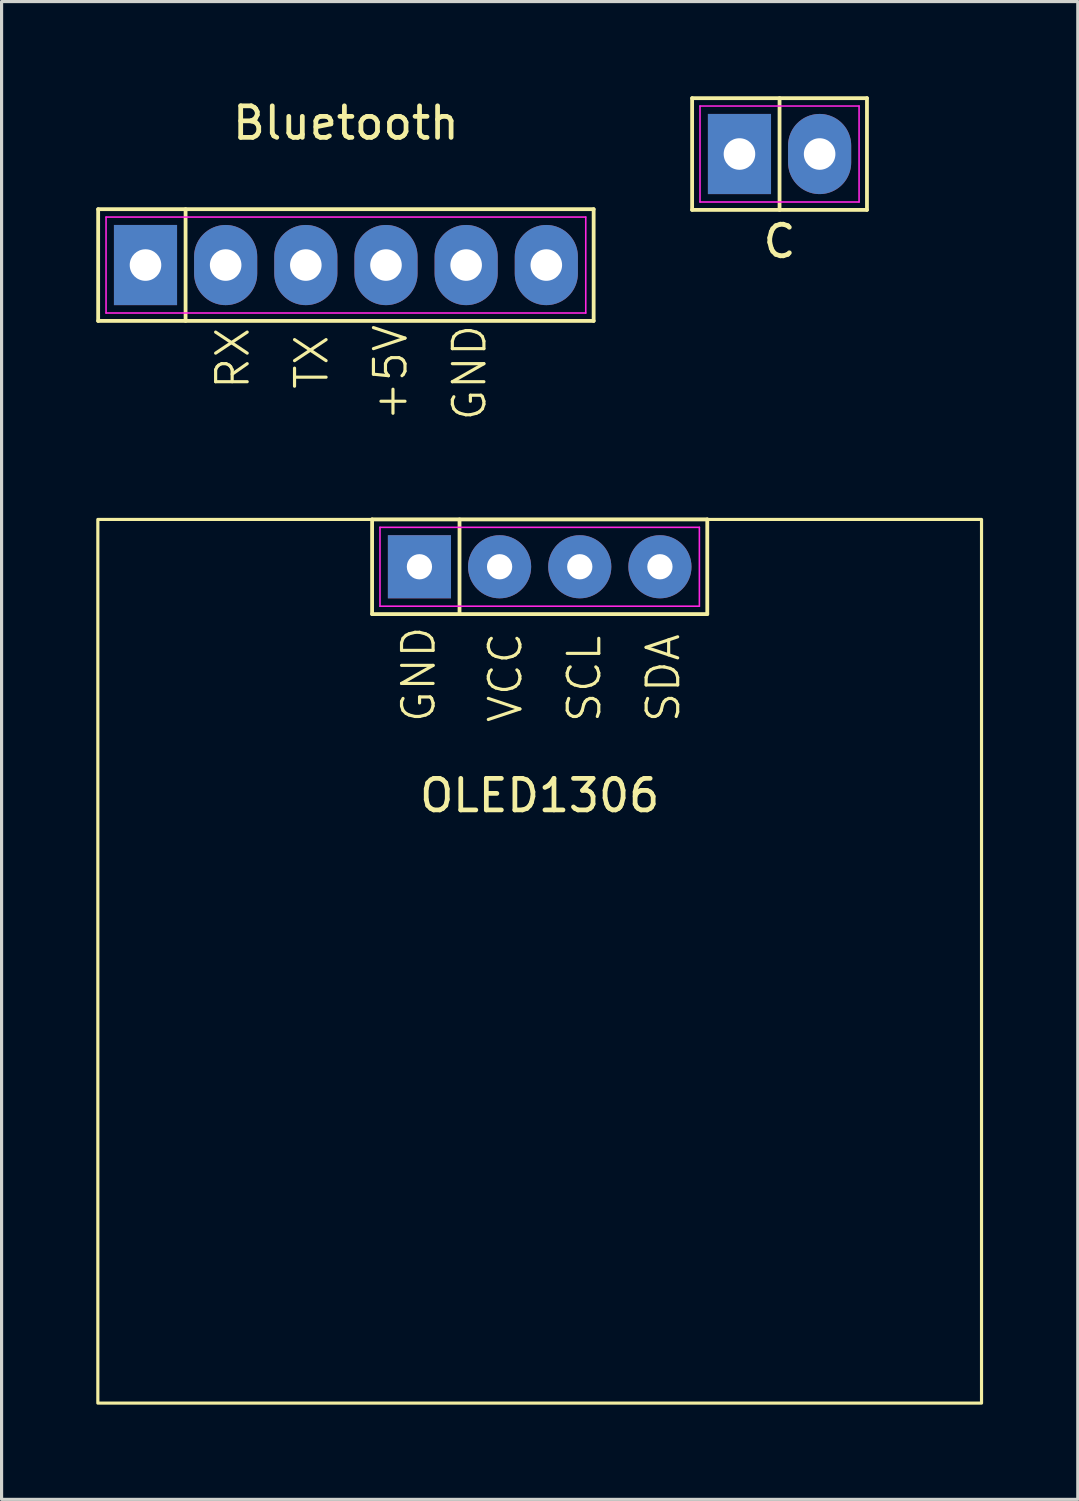
<source format=kicad_pcb>
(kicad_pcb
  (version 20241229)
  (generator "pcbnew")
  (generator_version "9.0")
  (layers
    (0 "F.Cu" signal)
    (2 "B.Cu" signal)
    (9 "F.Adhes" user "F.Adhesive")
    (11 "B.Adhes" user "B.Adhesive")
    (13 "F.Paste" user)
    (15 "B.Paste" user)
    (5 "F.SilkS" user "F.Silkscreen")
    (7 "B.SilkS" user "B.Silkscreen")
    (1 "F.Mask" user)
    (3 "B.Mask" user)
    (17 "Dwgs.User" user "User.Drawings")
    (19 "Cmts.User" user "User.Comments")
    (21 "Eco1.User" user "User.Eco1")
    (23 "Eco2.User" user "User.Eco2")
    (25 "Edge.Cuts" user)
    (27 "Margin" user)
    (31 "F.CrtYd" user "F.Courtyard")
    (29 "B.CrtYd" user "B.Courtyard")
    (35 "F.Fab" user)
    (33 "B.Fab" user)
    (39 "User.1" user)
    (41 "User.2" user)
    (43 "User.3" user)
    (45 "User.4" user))
  (footprint "OLED1306"
    (layer "F.Cu")
    (at 14.05 14.908)
    (property "Reference" "OLED1306" (at 0 7.25 0) (layer "F.SilkS") (effects (font (size 1 1) (thickness 0.15))))
    (attr through_hole)
    (fp_line (start -5.31 -1.5) (end 5.31 -1.5) (stroke (width 0.12) (type default)) (layer "F.SilkS"))
    (fp_line (start -5.31 1.5) (end -5.31 -1.5) (stroke (width 0.12) (type default)) (layer "F.SilkS"))
    (fp_line (start -2.54 -1.5) (end -2.54 1.5) (stroke (width 0.12) (type default)) (layer "F.SilkS"))
    (fp_line (start 5.31 -1.5) (end 5.31 1.5) (stroke (width 0.12) (type default)) (layer "F.SilkS"))
    (fp_line (start 5.31 1.5) (end -5.31 1.5) (stroke (width 0.12) (type default)) (layer "F.SilkS"))
    (fp_rect (start -14 -1.5) (end 14 26.5) (stroke (width 0.1) (type default)) (fill no) (layer "F.SilkS"))
    (fp_line (start -5.06 -1.25) (end 5.06 -1.25) (stroke (width 0.05) (type default)) (layer "F.CrtYd"))
    (fp_line (start -5.06 1.25) (end -5.06 -1.25) (stroke (width 0.05) (type default)) (layer "F.CrtYd"))
    (fp_line (start 5.06 -1.25) (end 5.06 1.25) (stroke (width 0.05) (type default)) (layer "F.CrtYd"))
    (fp_line (start 5.06 1.25) (end -5.06 1.25) (stroke (width 0.05) (type default)) (layer "F.CrtYd"))
    (fp_text user "GND" (at -3.25 5 90) (unlocked yes) (layer "F.SilkS") (effects (font (size 1 1) (thickness 0.1)) (justify left bottom)))
    (fp_text user "SDA" (at 4.5 5 90) (unlocked yes) (layer "F.SilkS") (effects (font (size 1 1) (thickness 0.1)) (justify left bottom)))
    (fp_text user "SCL" (at 2 5 90) (unlocked yes) (layer "F.SilkS") (effects (font (size 1 1) (thickness 0.1)) (justify left bottom)))
    (fp_text user "VCC" (at -0.5 5 90) (unlocked yes) (layer "F.SilkS") (effects (font (size 1 1) (thickness 0.1)) (justify left bottom)))
    (pad "1" thru_hole rect (at -3.81 0) (size 2 2) (drill 0.8) (layers "*.Cu" "*.Mask"))
    (pad "2" thru_hole circle (at -1.27 0) (size 2 2) (drill 0.8) (layers "*.Cu" "*.Mask"))
    (pad "3" thru_hole circle (at 1.27 0) (size 2 2) (drill 0.8) (layers "*.Cu" "*.Mask"))
    (pad "4" thru_hole circle (at 3.81 0) (size 2 2) (drill 0.8) (layers "*.Cu" "*.Mask")))
  (footprint "C"
    (layer "F.Cu")
    (at 21.65 1.83)
    (property "Reference" "C" (at 0 2.77 0) (layer "F.SilkS") (effects (font (size 1 1) (thickness 0.15))))
    (attr through_hole)
    (fp_line (start -2.77 -1.77) (end 2.77 -1.77) (stroke (width 0.12) (type default)) (layer "F.SilkS"))
    (fp_line (start -2.77 1.77) (end -2.77 -1.77) (stroke (width 0.12) (type default)) (layer "F.SilkS"))
    (fp_line (start 0 -1.77) (end 0 1.77) (stroke (width 0.12) (type default)) (layer "F.SilkS"))
    (fp_line (start 2.77 -1.77) (end 2.77 1.77) (stroke (width 0.12) (type default)) (layer "F.SilkS"))
    (fp_line (start 2.77 1.77) (end -2.77 1.77) (stroke (width 0.12) (type default)) (layer "F.SilkS"))
    (fp_line (start -2.52 -1.52) (end 2.52 -1.52) (stroke (width 0.05) (type default)) (layer "F.CrtYd"))
    (fp_line (start -2.52 1.52) (end -2.52 -1.52) (stroke (width 0.05) (type default)) (layer "F.CrtYd"))
    (fp_line (start 2.52 -1.52) (end 2.52 1.52) (stroke (width 0.05) (type default)) (layer "F.CrtYd"))
    (fp_line (start 2.52 1.52) (end -2.52 1.52) (stroke (width 0.05) (type default)) (layer "F.CrtYd"))
    (pad "1" thru_hole rect (at -1.27 0) (size 2 2.54) (drill 1) (layers "*.Cu" "*.Mask"))
    (pad "2" thru_hole oval (at 1.27 0) (size 2 2.54) (drill 1) (layers "*.Cu" "*.Mask")))
  (footprint "Bluetooth"
    (layer "F.Cu")
    (at 7.91 5.348)
    (property "Reference" "Bluetooth" (at 0 -4.5 0) (layer "F.SilkS") (effects (font (size 1 1) (thickness 0.15))))
    (attr through_hole)
    (fp_line (start -7.85 -1.77) (end 7.85 -1.77) (stroke (width 0.12) (type default)) (layer "F.SilkS"))
    (fp_line (start -7.85 1.77) (end -7.85 -1.77) (stroke (width 0.12) (type default)) (layer "F.SilkS"))
    (fp_line (start -5.08 -1.77) (end -5.08 1.77) (stroke (width 0.12) (type default)) (layer "F.SilkS"))
    (fp_line (start 7.85 -1.77) (end 7.85 1.77) (stroke (width 0.12) (type default)) (layer "F.SilkS"))
    (fp_line (start 7.85 1.77) (end -7.85 1.77) (stroke (width 0.12) (type default)) (layer "F.SilkS"))
    (fp_line (start -7.6 -1.52) (end 7.6 -1.52) (stroke (width 0.05) (type default)) (layer "F.CrtYd"))
    (fp_line (start -7.6 1.52) (end -7.6 -1.52) (stroke (width 0.05) (type default)) (layer "F.CrtYd"))
    (fp_line (start 7.6 -1.52) (end 7.6 1.52) (stroke (width 0.05) (type default)) (layer "F.CrtYd"))
    (fp_line (start 7.6 1.52) (end -7.6 1.52) (stroke (width 0.05) (type default)) (layer "F.CrtYd"))
    (fp_text user "TX" (at -0.5 4 90) (unlocked yes) (layer "F.SilkS") (effects (font (size 1 1) (thickness 0.1)) (justify left bottom)))
    (fp_text user "GND" (at 4.5 5 90) (unlocked yes) (layer "F.SilkS") (effects (font (size 1 1) (thickness 0.1)) (justify left bottom)))
    (fp_text user "+5V" (at 2 5 90) (unlocked yes) (layer "F.SilkS") (effects (font (size 1 1) (thickness 0.1)) (justify left bottom)))
    (fp_text user "RX" (at -3 4 90) (unlocked yes) (layer "F.SilkS") (effects (font (size 1 1) (thickness 0.1)) (justify left bottom)))
    (pad "1" thru_hole rect (at -6.35 0) (size 2 2.54) (drill 1) (layers "*.Cu" "*.Mask"))
    (pad "2" thru_hole oval (at -3.81 0) (size 2 2.54) (drill 1) (layers "*.Cu" "*.Mask"))
    (pad "3" thru_hole oval (at -1.27 0) (size 2 2.54) (drill 1) (layers "*.Cu" "*.Mask"))
    (pad "4" thru_hole oval (at 1.27 0) (size 2 2.54) (drill 1) (layers "*.Cu" "*.Mask"))
    (pad "5" thru_hole oval (at 3.81 0) (size 2 2.54) (drill 1) (layers "*.Cu" "*.Mask"))
    (pad "6" thru_hole oval (at 6.35 0) (size 2 2.54) (drill 1) (layers "*.Cu" "*.Mask")))
  (gr_rect
    (start -3 -3)
    (end 31.1 44.458)
    (stroke (width 0.1) (type default))
    (fill no)
    (layer "Edge.Cuts")))
</source>
